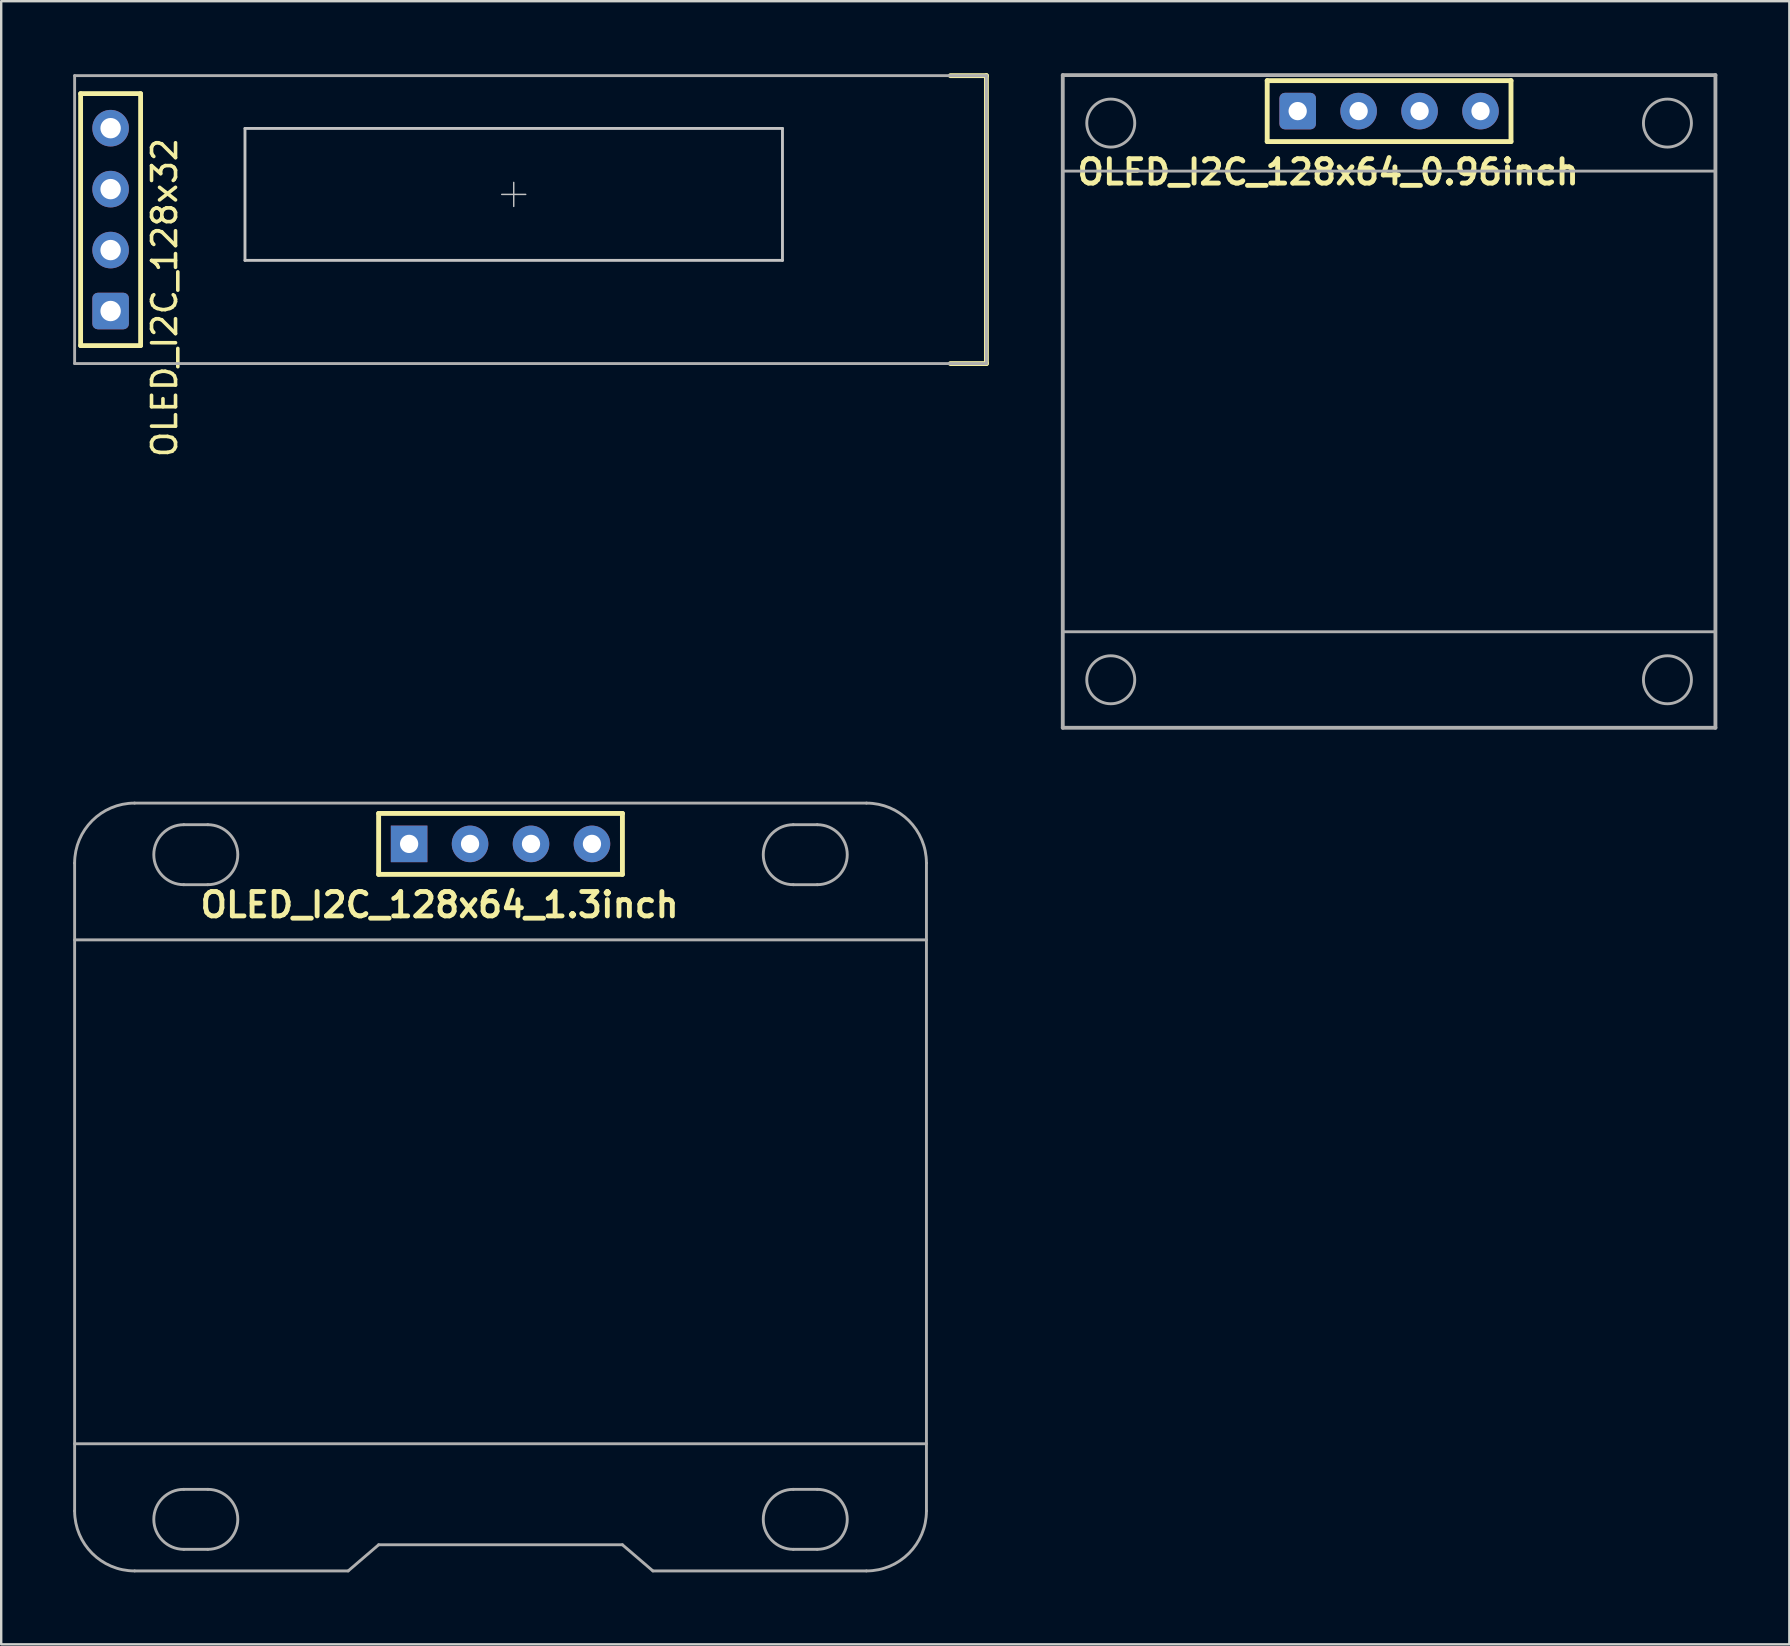
<source format=kicad_pcb>
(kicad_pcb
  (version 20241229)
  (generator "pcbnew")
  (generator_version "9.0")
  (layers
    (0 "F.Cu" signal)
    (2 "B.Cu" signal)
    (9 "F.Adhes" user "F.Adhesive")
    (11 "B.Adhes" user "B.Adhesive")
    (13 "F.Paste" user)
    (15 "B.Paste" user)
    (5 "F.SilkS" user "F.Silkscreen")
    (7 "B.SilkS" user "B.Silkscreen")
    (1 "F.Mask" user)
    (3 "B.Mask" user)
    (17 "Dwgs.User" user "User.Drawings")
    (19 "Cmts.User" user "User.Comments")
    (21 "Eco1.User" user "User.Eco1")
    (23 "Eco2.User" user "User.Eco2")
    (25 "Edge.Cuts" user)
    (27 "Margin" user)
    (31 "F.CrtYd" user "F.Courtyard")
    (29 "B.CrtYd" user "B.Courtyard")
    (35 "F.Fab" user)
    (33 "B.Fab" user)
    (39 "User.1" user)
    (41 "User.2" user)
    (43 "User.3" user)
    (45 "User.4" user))
  (footprint "OLED_I2C_128x32"
    (layer "F.Cu")
    (at 1.56 6.102)
    (property "Reference" "OLED_I2C_128x32" (at 2.25 3.25 90) (layer "F.SilkS") (effects (font (size 1 1) (thickness 0.15))))
    (attr through_hole)
    (fp_line (start -1.25 -5.25) (end -1.25 5.25) (stroke (width 0.2) (type solid)) (layer "F.SilkS"))
    (fp_line (start -1.25 5.25) (end 1.25 5.25) (stroke (width 0.2) (type solid)) (layer "F.SilkS"))
    (fp_line (start 1.25 -5.25) (end -1.25 -5.25) (stroke (width 0.2) (type solid)) (layer "F.SilkS"))
    (fp_line (start 1.25 5.25) (end 1.25 -5.25) (stroke (width 0.2) (type solid)) (layer "F.SilkS"))
    (fp_line (start 35 -6) (end 36.5 -6) (stroke (width 0.203) (type solid)) (layer "F.SilkS"))
    (fp_line (start 36.5 -6) (end 36.5 6) (stroke (width 0.203) (type solid)) (layer "F.SilkS"))
    (fp_line (start 36.5 6) (end 35 6) (stroke (width 0.203) (type solid)) (layer "F.SilkS"))
    (fp_line (start 5.6 -3.8) (end 28 -3.8) (stroke (width 0.12) (type solid)) (layer "Dwgs.User"))
    (fp_line (start 5.6 1.7) (end 5.6 -3.8) (stroke (width 0.12) (type solid)) (layer "Dwgs.User"))
    (fp_line (start 16.3 -1.05) (end 17.3 -1.05) (stroke (width 0.06) (type solid)) (layer "Dwgs.User"))
    (fp_line (start 16.8 -1.55) (end 16.8 -0.55) (stroke (width 0.06) (type solid)) (layer "Dwgs.User"))
    (fp_line (start 28 -3.8) (end 28 1.7) (stroke (width 0.12) (type solid)) (layer "Dwgs.User"))
    (fp_line (start 28 1.7) (end 5.6 1.7) (stroke (width 0.12) (type solid)) (layer "Dwgs.User"))
    (fp_line (start -1.5 -6) (end 36.5 -6) (stroke (width 0.12) (type solid)) (layer "F.Fab"))
    (fp_line (start -1.5 6) (end -1.5 -6) (stroke (width 0.12) (type solid)) (layer "F.Fab"))
    (fp_line (start 36.5 -6) (end 36.5 6) (stroke (width 0.12) (type solid)) (layer "F.Fab"))
    (fp_line (start 36.5 6) (end -1.5 6) (stroke (width 0.12) (type solid)) (layer "F.Fab"))
    (pad "1" thru_hole roundrect (at 0 3.81) (size 1.524 1.524) (drill 0.85) (layers "*.Cu" "*.Mask") (roundrect_rratio 0.15))
    (pad "2" thru_hole circle (at 0 1.27) (size 1.524 1.524) (drill 0.85) (layers "*.Cu" "*.Mask"))
    (pad "3" thru_hole circle (at 0 -1.27) (size 1.524 1.524) (drill 0.85) (layers "*.Cu" "*.Mask"))
    (pad "4" thru_hole circle (at 0 -3.81) (size 1.524 1.524) (drill 0.85) (layers "*.Cu" "*.Mask")))
  (footprint "OLED_I2C_128x64_0.96inch"
    (layer "F.Cu")
    (at 54.842 1.58)
    (property "Reference" "OLED_I2C_128x64_0.96inch" (at -2.54 2.54 0) (layer "F.SilkS") (effects (font (size 1.016 1.016) (thickness 0.203))))
    (attr through_hole)
    (fp_line (start -5.08 -1.27) (end 5.08 -1.27) (stroke (width 0.203) (type solid)) (layer "F.SilkS"))
    (fp_line (start -5.08 1.27) (end -5.08 -1.27) (stroke (width 0.203) (type solid)) (layer "F.SilkS"))
    (fp_line (start 5.08 -1.27) (end 5.08 1.27) (stroke (width 0.203) (type solid)) (layer "F.SilkS"))
    (fp_line (start 5.08 1.27) (end -5.08 1.27) (stroke (width 0.203) (type solid)) (layer "F.SilkS"))
    (fp_line (start -13.6 -1.5) (end 13.6 -1.5) (stroke (width 0.16) (type solid)) (layer "F.Fab"))
    (fp_line (start -13.6 2.5) (end 13.6 2.5) (stroke (width 0.12) (type solid)) (layer "F.Fab"))
    (fp_line (start -13.6 25.7) (end -13.6 -1.5) (stroke (width 0.16) (type solid)) (layer "F.Fab"))
    (fp_line (start 13.6 -1.5) (end 13.6 25.7) (stroke (width 0.16) (type solid)) (layer "F.Fab"))
    (fp_line (start 13.6 21.7) (end -13.6 21.7) (stroke (width 0.12) (type solid)) (layer "F.Fab"))
    (fp_line (start 13.6 25.7) (end -13.6 25.7) (stroke (width 0.16) (type solid)) (layer "F.Fab"))
    (fp_circle (center -11.6 0.5) (end -10.6 0.5) (stroke (width 0.12) (type solid)) (fill no) (layer "F.Fab"))
    (fp_circle (center -11.6 23.7) (end -10.6 23.7) (stroke (width 0.12) (type solid)) (fill no) (layer "F.Fab"))
    (fp_circle (center 11.6 0.5) (end 12.6 0.5) (stroke (width 0.12) (type solid)) (fill no) (layer "F.Fab"))
    (fp_circle (center 11.6 23.7) (end 12.6 23.7) (stroke (width 0.12) (type solid)) (fill no) (layer "F.Fab"))
    (pad "1" thru_hole roundrect (at -3.81 0) (size 1.524 1.524) (drill 0.762) (layers "*.Cu" "*.Mask") (roundrect_rratio 0.15))
    (pad "2" thru_hole circle (at -1.27 0) (size 1.524 1.524) (drill 0.762) (layers "*.Cu" "*.Mask"))
    (pad "3" thru_hole circle (at 1.27 0) (size 1.524 1.524) (drill 0.762) (layers "*.Cu" "*.Mask"))
    (pad "4" thru_hole circle (at 3.81 0) (size 1.524 1.524) (drill 0.762) (layers "*.Cu" "*.Mask")))
  (footprint "OLED_I2C_128x64_1.3inch"
    (layer "F.Cu")
    (at 17.81 32.12)
    (property "Reference" "OLED_I2C_128x64_1.3inch" (at -2.54 2.54 0) (layer "F.SilkS") (effects (font (size 1.016 1.016) (thickness 0.203))))
    (attr through_hole)
    (fp_line (start -5.08 -1.27) (end 5.08 -1.27) (stroke (width 0.203) (type solid)) (layer "F.SilkS"))
    (fp_line (start -5.08 1.27) (end -5.08 -1.27) (stroke (width 0.203) (type solid)) (layer "F.SilkS"))
    (fp_line (start 5.08 -1.27) (end 5.08 1.27) (stroke (width 0.203) (type solid)) (layer "F.SilkS"))
    (fp_line (start 5.08 1.27) (end -5.08 1.27) (stroke (width 0.203) (type solid)) (layer "F.SilkS"))
    (fp_line (start -17.75 0.8) (end -17.75 27.8) (stroke (width 0.12) (type solid)) (layer "F.Fab"))
    (fp_line (start -17.75 4) (end 17.75 4) (stroke (width 0.12) (type solid)) (layer "F.Fab"))
    (fp_line (start -15.25 -1.7) (end 15.25 -1.7) (stroke (width 0.12) (type solid)) (layer "F.Fab"))
    (fp_line (start -15.25 30.3) (end -6.35 30.3) (stroke (width 0.12) (type solid)) (layer "F.Fab"))
    (fp_line (start -12.2 -0.8) (end -13.2 -0.8) (stroke (width 0.12) (type solid)) (layer "F.Fab"))
    (fp_line (start -12.2 1.7) (end -13.2 1.7) (stroke (width 0.12) (type solid)) (layer "F.Fab"))
    (fp_line (start -12.2 26.9) (end -13.2 26.9) (stroke (width 0.12) (type solid)) (layer "F.Fab"))
    (fp_line (start -12.2 29.4) (end -13.2 29.4) (stroke (width 0.12) (type solid)) (layer "F.Fab"))
    (fp_line (start -6.35 30.3) (end -5.08 29.21) (stroke (width 0.12) (type solid)) (layer "F.Fab"))
    (fp_line (start -5.08 29.21) (end 5.08 29.21) (stroke (width 0.12) (type solid)) (layer "F.Fab"))
    (fp_line (start 5.08 29.21) (end 6.35 30.3) (stroke (width 0.12) (type solid)) (layer "F.Fab"))
    (fp_line (start 13.2 -0.8) (end 12.2 -0.8) (stroke (width 0.12) (type solid)) (layer "F.Fab"))
    (fp_line (start 13.2 1.7) (end 12.2 1.7) (stroke (width 0.12) (type solid)) (layer "F.Fab"))
    (fp_line (start 13.2 26.9) (end 12.2 26.9) (stroke (width 0.12) (type solid)) (layer "F.Fab"))
    (fp_line (start 13.2 29.4) (end 12.2 29.4) (stroke (width 0.12) (type solid)) (layer "F.Fab"))
    (fp_line (start 15.25 30.3) (end 6.35 30.3) (stroke (width 0.12) (type solid)) (layer "F.Fab"))
    (fp_line (start 17.75 0.8) (end 17.75 27.8) (stroke (width 0.12) (type solid)) (layer "F.Fab"))
    (fp_line (start 17.75 25) (end -17.75 25) (stroke (width 0.12) (type solid)) (layer "F.Fab"))
    (fp_arc (start -17.75 0.8) (mid -17.017767 -0.967767) (end -15.25 -1.7) (stroke (width 0.12) (type solid)) (layer "F.Fab"))
    (fp_arc (start -15.25 30.3) (mid -17.017767 29.567767) (end -17.75 27.8) (stroke (width 0.12) (type solid)) (layer "F.Fab"))
    (fp_arc (start -13.2 1.7) (mid -14.45 0.45) (end -13.2 -0.8) (stroke (width 0.12) (type solid)) (layer "F.Fab"))
    (fp_arc (start -13.2 29.4) (mid -14.45 28.15) (end -13.2 26.9) (stroke (width 0.12) (type solid)) (layer "F.Fab"))
    (fp_arc (start -12.2 -0.8) (mid -10.95 0.45) (end -12.2 1.7) (stroke (width 0.12) (type solid)) (layer "F.Fab"))
    (fp_arc (start -12.2 26.9) (mid -10.95 28.15) (end -12.2 29.4) (stroke (width 0.12) (type solid)) (layer "F.Fab"))
    (fp_arc (start 12.2 1.7) (mid 10.95 0.45) (end 12.2 -0.8) (stroke (width 0.12) (type solid)) (layer "F.Fab"))
    (fp_arc (start 12.2 29.4) (mid 10.95 28.15) (end 12.2 26.9) (stroke (width 0.12) (type solid)) (layer "F.Fab"))
    (fp_arc (start 13.2 -0.8) (mid 14.45 0.45) (end 13.2 1.7) (stroke (width 0.12) (type solid)) (layer "F.Fab"))
    (fp_arc (start 13.2 26.9) (mid 14.45 28.15) (end 13.2 29.4) (stroke (width 0.12) (type solid)) (layer "F.Fab"))
    (fp_arc (start 15.25 -1.7) (mid 17.017767 -0.967767) (end 17.75 0.8) (stroke (width 0.12) (type solid)) (layer "F.Fab"))
    (fp_arc (start 17.75 27.8) (mid 17.017767 29.567767) (end 15.25 30.3) (stroke (width 0.12) (type solid)) (layer "F.Fab"))
    (pad "1" thru_hole circle (at -1.27 0) (size 1.524 1.524) (drill 0.762) (layers "*.Cu" "*.Mask"))
    (pad "2" thru_hole rect (at -3.81 0) (size 1.524 1.524) (drill 0.762) (layers "*.Cu" "*.Mask"))
    (pad "3" thru_hole circle (at 1.27 0) (size 1.524 1.524) (drill 0.762) (layers "*.Cu" "*.Mask"))
    (pad "4" thru_hole circle (at 3.81 0) (size 1.524 1.524) (drill 0.762) (layers "*.Cu" "*.Mask")))
  (gr_rect
    (start -3 -3)
    (end 71.522 65.48)
    (stroke (width 0.1) (type default))
    (fill no)
    (layer "Edge.Cuts")))
</source>
